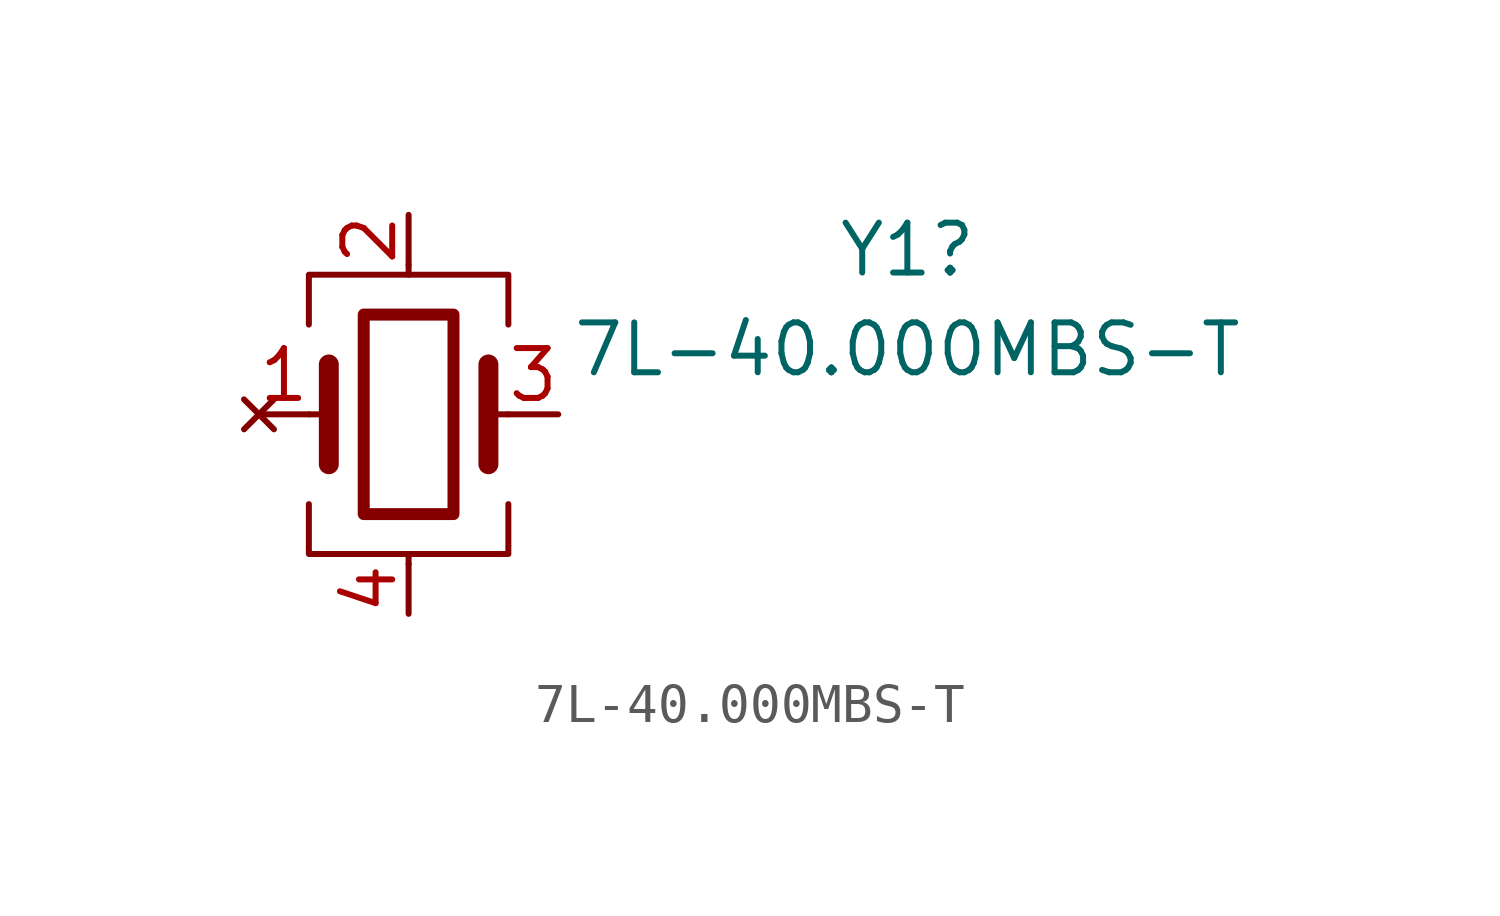
<source format=kicad_sym>
(kicad_symbol_lib
  (version 20220914)
  (generator kicad_symbol_editor)
  (symbol "7L-40.000MBS-T"
    (pin_names
      (offset 1.016) hide)
    (property "Reference" "Y1"
      (at 12.7 4.191 0)
      (effects (font (size 1.27 1.27))))
    (property "Value" "7L-40.000MBS-T"
      (at 12.7 1.651 0)
      (effects (font (size 1.27 1.27))))
    (symbol "7L-40.000MBS-T_0_1"
      (rectangle (start -1.143 2.54) (end 1.143 -2.54) (stroke (width 0.305) (type default)) (fill (type none)))
      (polyline (pts (xy -2.54 0) (xy -2.032 0)) (stroke (width 0) (type default)) (fill (type none)))
      (polyline (pts (xy -2.032 -1.27) (xy -2.032 1.27)) (stroke (width 0.508) (type default)) (fill (type none)))
      (polyline (pts (xy 0 -3.81) (xy 0 -3.556)) (stroke (width 0) (type default)) (fill (type none)))
      (polyline (pts (xy 0 3.556) (xy 0 3.81)) (stroke (width 0) (type default)) (fill (type none)))
      (polyline (pts (xy 2.032 -1.27) (xy 2.032 1.27)) (stroke (width 0.508) (type default)) (fill (type none)))
      (polyline (pts (xy 2.032 0) (xy 2.54 0)) (stroke (width 0) (type default)) (fill (type none)))
      (polyline (pts (xy -2.54 -2.286) (xy -2.54 -3.556) (xy 2.54 -3.556) (xy 2.54 -2.286)) (stroke (width 0) (type default)) (fill (type none)))
      (polyline (pts (xy -2.54 2.286) (xy -2.54 3.556) (xy 2.54 3.556) (xy 2.54 2.286)) (stroke (width 0) (type default)) (fill (type none))))
    (symbol "7L-40.000MBS-T_1_1"
      (pin no_connect line (at -3.81 0 0) (length 1.27) (name "AFC" (effects (font (size 1.27 1.27)))) (number "1" (effects (font (size 1.27 1.27)))))
      (pin passive line (at 0 5.08 270) (length 1.27) (name "GND" (effects (font (size 1.27 1.27)))) (number "2" (effects (font (size 1.27 1.27)))))
      (pin output line (at 3.81 0 180) (length 1.27) (name "OUT" (effects (font (size 1.27 1.27)))) (number "3" (effects (font (size 1.27 1.27)))))
      (pin power_in line (at 0 -5.08 90) (length 1.27) (name "VCC" (effects (font (size 1.27 1.27)))) (number "4" (effects (font (size 1.27 1.27))))))))
</source>
